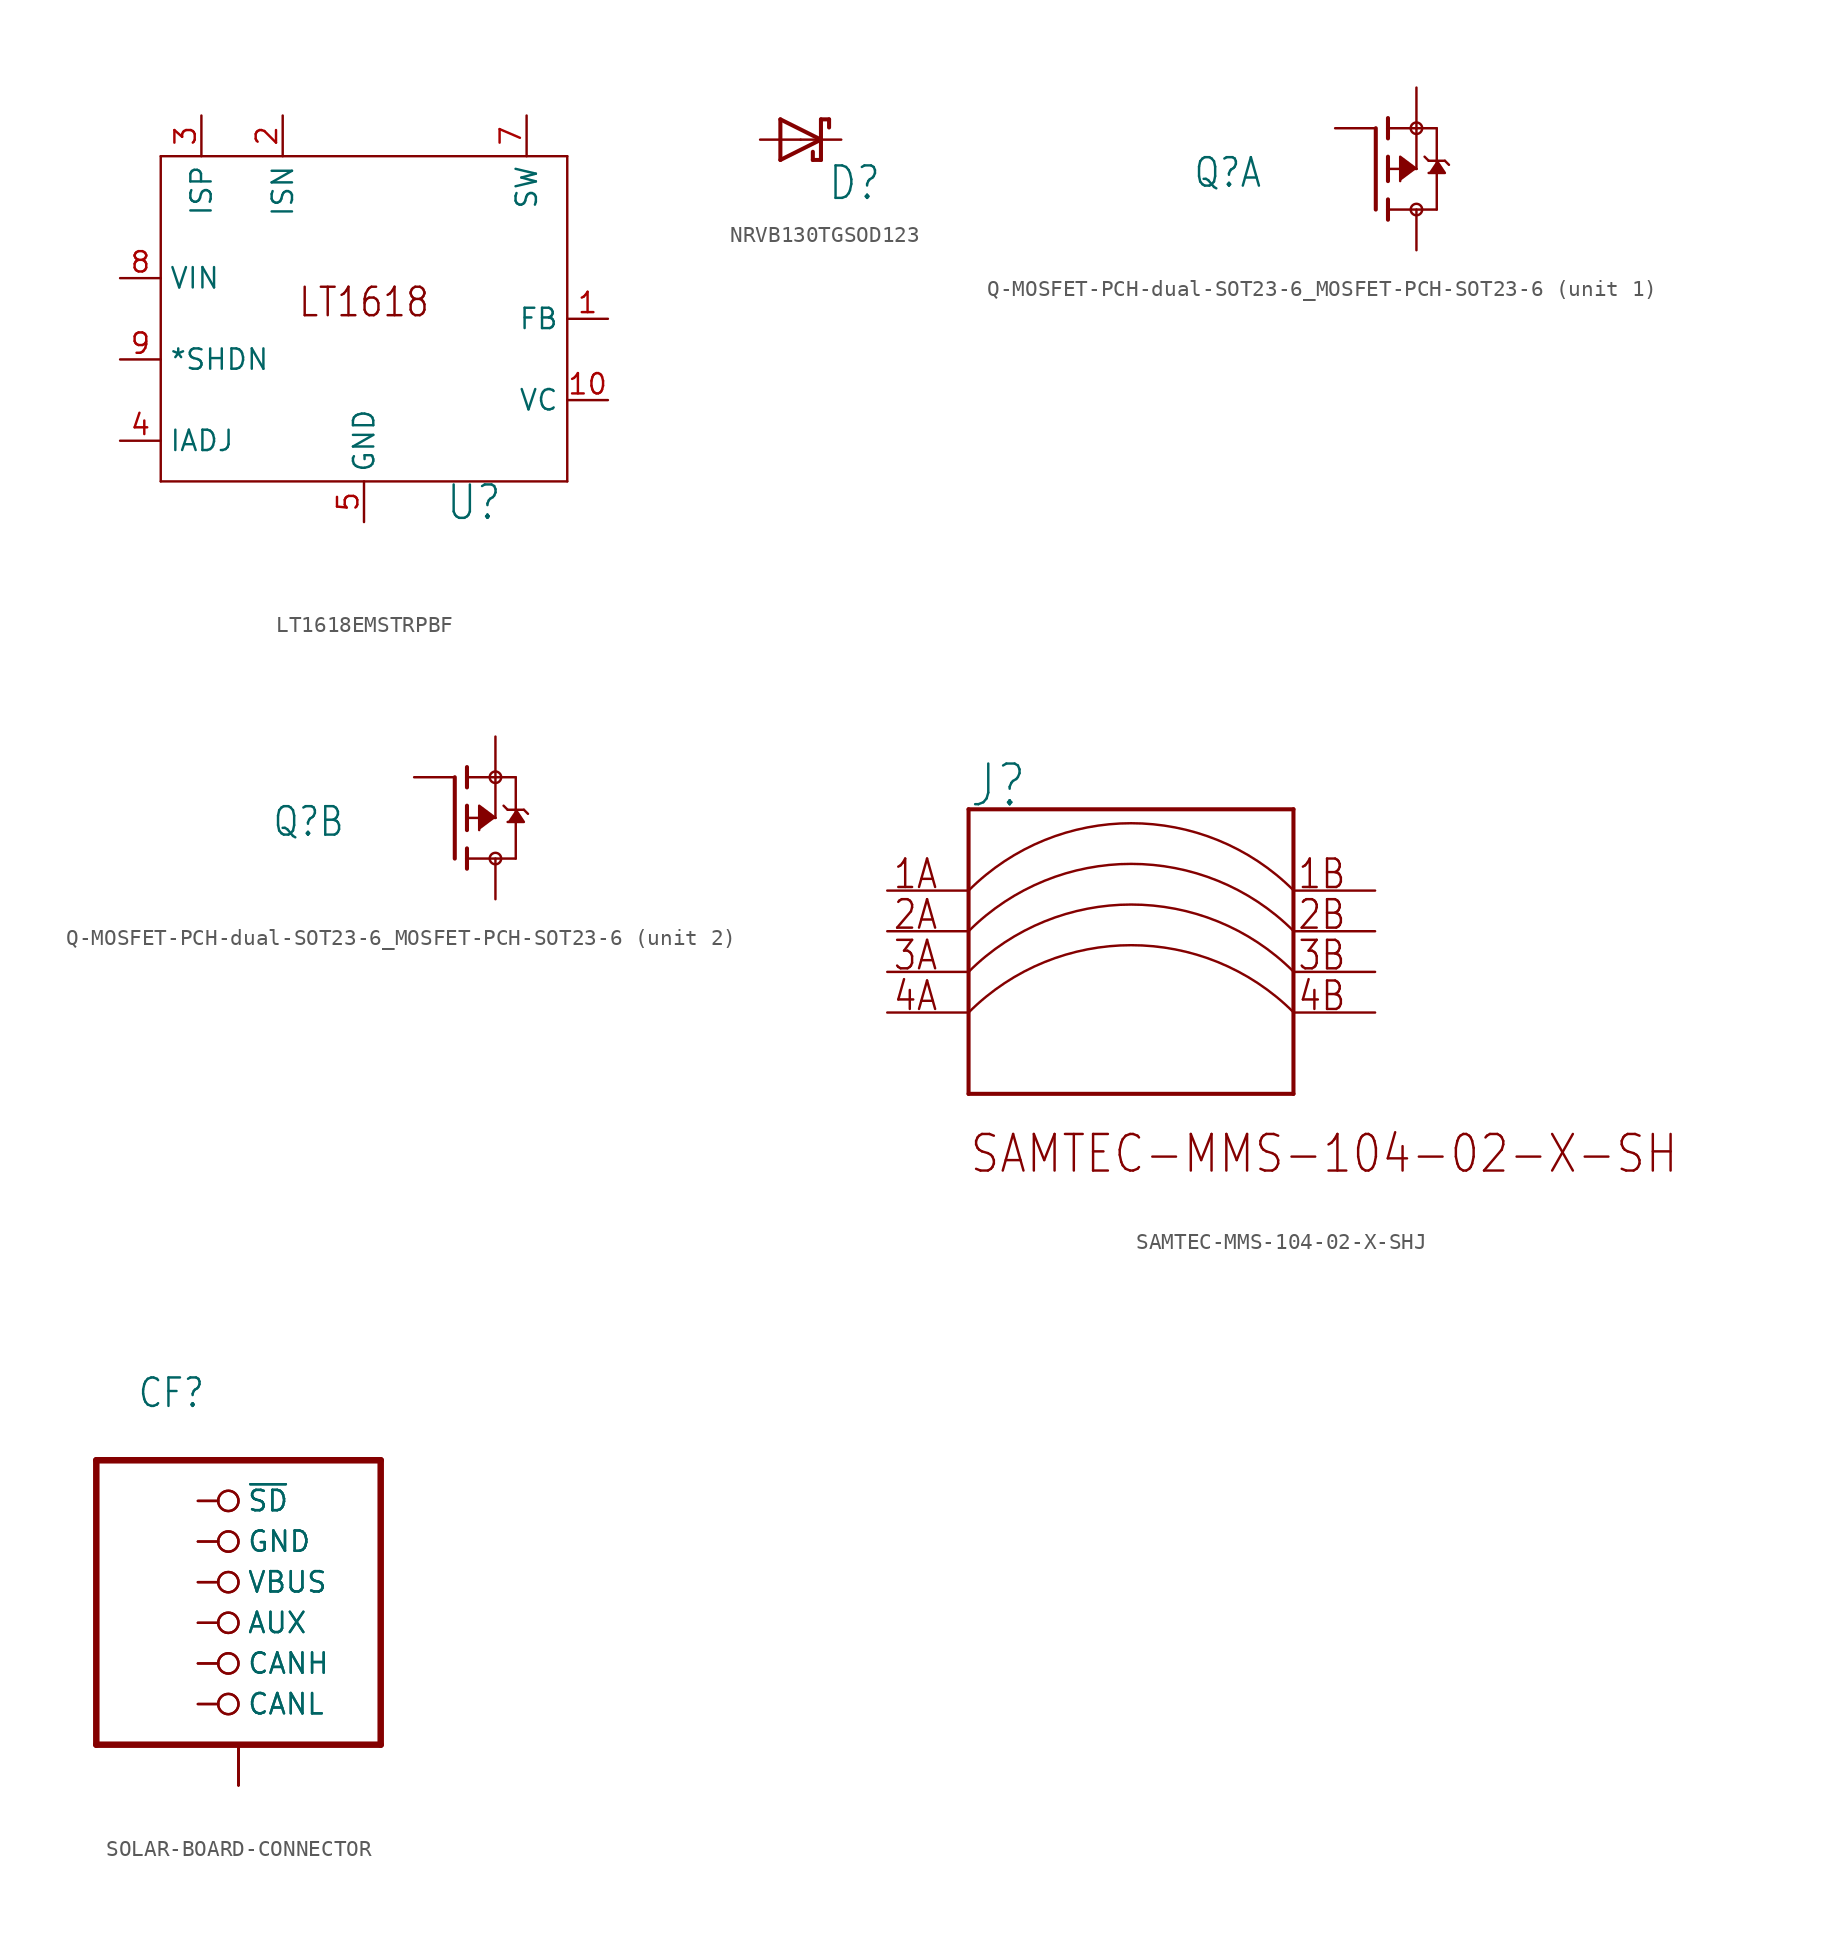
<source format=kicad_sym>
(kicad_symbol_lib
  (version 20220914)
  (generator kicad_symbol_editor)
  (symbol "LT1618EMSTRPBF"
    (property "Reference" "U"
      (at 5.08 -12.7 0)
      (effects (font (size 2.086 1.773)) (justify left bottom)))
    (property "Value" ""
      (at 5.08 -15.24 0)
      (effects (font (size 2.086 1.773)) (justify left bottom)))
    (property "ki_locked" ""
      (at 0 0 0)
      (effects (font (size 1.27 1.27))))
    (symbol "LT1618EMSTRPBF_1_0"
      (polyline (pts (xy -12.7 -10.16) (xy 12.7 -10.16)) (stroke (width 0.152) (type solid)) (fill (type none)))
      (polyline (pts (xy -12.7 10.16) (xy -12.7 -10.16)) (stroke (width 0.152) (type solid)) (fill (type none)))
      (polyline (pts (xy 12.7 -10.16) (xy 12.7 10.16)) (stroke (width 0.152) (type solid)) (fill (type none)))
      (polyline (pts (xy 12.7 10.16) (xy -12.7 10.16)) (stroke (width 0.152) (type solid)) (fill (type none)))
      (text "LT1618" (at 0 0 0) (effects (font (size 1.778 1.511)) (justify bottom)))
      (pin input line (at 15.24 0 180) (length 2.54) (name "FB" (effects (font (size 1.27 1.27)))) (number "1" (effects (font (size 1.27 1.27)))))
      (pin passive line (at 15.24 -5.08 180) (length 2.54) (name "VC" (effects (font (size 1.27 1.27)))) (number "10" (effects (font (size 1.27 1.27)))))
      (pin passive line (at -5.08 12.7 270) (length 2.54) (name "ISN" (effects (font (size 1.27 1.27)))) (number "2" (effects (font (size 1.27 1.27)))))
      (pin passive line (at -10.16 12.7 270) (length 2.54) (name "ISP" (effects (font (size 1.27 1.27)))) (number "3" (effects (font (size 1.27 1.27)))))
      (pin input line (at -15.24 -7.62 0) (length 2.54) (name "IADJ" (effects (font (size 1.27 1.27)))) (number "4" (effects (font (size 1.27 1.27)))))
      (pin power_in line (at 0 -12.7 90) (length 2.54) (name "GND" (effects (font (size 1.27 1.27)))) (number "5" (effects (font (size 1.27 1.27)))))
      (pin output line (at 10.16 12.7 270) (length 2.54) (name "SW" (effects (font (size 1.27 1.27)))) (number "7" (effects (font (size 1.27 1.27)))))
      (pin power_in line (at -15.24 2.54 0) (length 2.54) (name "VIN" (effects (font (size 1.27 1.27)))) (number "8" (effects (font (size 1.27 1.27)))))
      (pin input line (at -15.24 -2.54 0) (length 2.54) (name "*SHDN" (effects (font (size 1.27 1.27)))) (number "9" (effects (font (size 1.27 1.27)))))))
  (symbol "NRVB130TGSOD123"
    (property "Reference" "D"
      (at 5.08 -1.524 0)
      (effects (font (size 2.032 1.727)) (justify right top)))
    (property "Value" ""
      (at 5.842 3.81 0)
      (effects (font (size 2.032 1.727)) (justify right top)))
    (property "ki_locked" ""
      (at 0 0 0)
      (effects (font (size 1.27 1.27))))
    (symbol "NRVB130TGSOD123_1_0"
      (polyline (pts (xy -1.27 -1.27) (xy -1.27 1.27)) (stroke (width 0.254) (type solid)) (fill (type none)))
      (polyline (pts (xy -1.27 1.27) (xy 1.27 0)) (stroke (width 0.254) (type solid)) (fill (type none)))
      (polyline (pts (xy 0.762 -1.27) (xy 0.762 -0.762)) (stroke (width 0.254) (type solid)) (fill (type none)))
      (polyline (pts (xy 1.27 -1.27) (xy 0.762 -1.27)) (stroke (width 0.254) (type solid)) (fill (type none)))
      (polyline (pts (xy 1.27 0) (xy -1.27 -1.27)) (stroke (width 0.254) (type solid)) (fill (type none)))
      (polyline (pts (xy 1.27 0) (xy 1.27 -1.27)) (stroke (width 0.254) (type solid)) (fill (type none)))
      (polyline (pts (xy 1.27 1.27) (xy 1.27 0)) (stroke (width 0.254) (type solid)) (fill (type none)))
      (polyline (pts (xy 1.27 1.27) (xy 1.778 1.27)) (stroke (width 0.254) (type solid)) (fill (type none)))
      (polyline (pts (xy 1.778 1.27) (xy 1.778 0.762)) (stroke (width 0.254) (type solid)) (fill (type none)))
      (pin passive line (at -2.54 0 0) (length 2.54) (name "ANODE" (effects (font (size 0 0)))) (number "A" (effects (font (size 0 0)))))
      (pin passive line (at 2.54 0 180) (length 2.54) (name "CATHODE" (effects (font (size 0 0)))) (number "K" (effects (font (size 0 0)))))))
  (symbol "Q-MOSFET-PCH-dual-SOT23-6_MOSFET-PCH-SOT23-6"
    (property "Reference" "Q"
      (at -11.43 -1.27 0)
      (effects (font (size 1.778 1.511)) (justify left bottom)))
    (property "Value" ""
      (at -11.43 -3.81 0)
      (effects (font (size 1.778 1.511)) (justify left bottom)))
    (property "ki_locked" ""
      (at 0 0 0)
      (effects (font (size 1.27 1.27))))
    (symbol "Q-MOSFET-PCH-dual-SOT23-6_MOSFET-PCH-SOT23-6_1_0"
      (polyline (pts (xy 0 -2.54) (xy 0 2.54)) (stroke (width 0.254) (type solid)) (fill (type none)))
      (polyline (pts (xy 0.762 -3.175) (xy 0.762 -2.54)) (stroke (width 0.254) (type solid)) (fill (type none)))
      (polyline (pts (xy 0.762 -2.54) (xy 0.762 -1.905)) (stroke (width 0.254) (type solid)) (fill (type none)))
      (polyline (pts (xy 0.762 -2.54) (xy 3.81 -2.54)) (stroke (width 0.152) (type solid)) (fill (type none)))
      (polyline (pts (xy 0.762 -0.762) (xy 0.762 0)) (stroke (width 0.254) (type solid)) (fill (type none)))
      (polyline (pts (xy 0.762 0) (xy 0.762 0.762)) (stroke (width 0.254) (type solid)) (fill (type none)))
      (polyline (pts (xy 0.762 0) (xy 2.54 0)) (stroke (width 0.152) (type solid)) (fill (type none)))
      (polyline (pts (xy 0.762 1.905) (xy 0.762 2.54)) (stroke (width 0.254) (type solid)) (fill (type none)))
      (polyline (pts (xy 0.762 2.54) (xy 0.762 3.175)) (stroke (width 0.254) (type solid)) (fill (type none)))
      (polyline (pts (xy 2.54 0) (xy 2.54 2.54)) (stroke (width 0.152) (type solid)) (fill (type none)))
      (polyline (pts (xy 2.54 2.54) (xy 0.762 2.54)) (stroke (width 0.152) (type solid)) (fill (type none)))
      (polyline (pts (xy 2.54 2.54) (xy 3.81 2.54)) (stroke (width 0.152) (type solid)) (fill (type none)))
      (polyline (pts (xy 3.048 0.762) (xy 3.302 0.508)) (stroke (width 0.152) (type solid)) (fill (type none)))
      (polyline (pts (xy 3.302 0.508) (xy 3.81 0.508)) (stroke (width 0.152) (type solid)) (fill (type none)))
      (polyline (pts (xy 3.81 -2.54) (xy 3.81 0.508)) (stroke (width 0.152) (type solid)) (fill (type none)))
      (polyline (pts (xy 3.81 0.508) (xy 3.81 2.54)) (stroke (width 0.152) (type solid)) (fill (type none)))
      (polyline (pts (xy 3.81 0.508) (xy 4.318 0.508)) (stroke (width 0.152) (type solid)) (fill (type none)))
      (polyline (pts (xy 4.318 0.508) (xy 4.572 0.254)) (stroke (width 0.152) (type solid)) (fill (type none)))
      (polyline (pts (xy 2.54 0) (xy 1.524 0.762) (xy 1.524 -0.762)) (stroke (width 0.152) (type solid)) (fill (type outline)))
      (polyline (pts (xy 3.81 0.508) (xy 4.318 -0.254) (xy 3.302 -0.254)) (stroke (width 0.152) (type solid)) (fill (type outline)))
      (circle (center 2.54 -2.54) (radius 0.359) (stroke (width 0) (type solid)) (fill (type none)))
      (circle (center 2.54 2.54) (radius 0.359) (stroke (width 0) (type solid)) (fill (type none)))
      (pin passive line (at -2.54 2.54 0) (length 2.54) (name "G" (effects (font (size 0 0)))) (number "1" (effects (font (size 0 0)))))
      (pin passive line (at 2.54 5.08 270) (length 2.54) (name "S" (effects (font (size 0 0)))) (number "5" (effects (font (size 0 0)))))
      (pin passive line (at 2.54 -5.08 90) (length 2.54) (name "D" (effects (font (size 0 0)))) (number "6" (effects (font (size 0 0))))))
    (symbol "Q-MOSFET-PCH-dual-SOT23-6_MOSFET-PCH-SOT23-6_2_0"
      (polyline (pts (xy 0 -2.54) (xy 0 2.54)) (stroke (width 0.254) (type solid)) (fill (type none)))
      (polyline (pts (xy 0.762 -3.175) (xy 0.762 -2.54)) (stroke (width 0.254) (type solid)) (fill (type none)))
      (polyline (pts (xy 0.762 -2.54) (xy 0.762 -1.905)) (stroke (width 0.254) (type solid)) (fill (type none)))
      (polyline (pts (xy 0.762 -2.54) (xy 3.81 -2.54)) (stroke (width 0.152) (type solid)) (fill (type none)))
      (polyline (pts (xy 0.762 -0.762) (xy 0.762 0)) (stroke (width 0.254) (type solid)) (fill (type none)))
      (polyline (pts (xy 0.762 0) (xy 0.762 0.762)) (stroke (width 0.254) (type solid)) (fill (type none)))
      (polyline (pts (xy 0.762 0) (xy 2.54 0)) (stroke (width 0.152) (type solid)) (fill (type none)))
      (polyline (pts (xy 0.762 1.905) (xy 0.762 2.54)) (stroke (width 0.254) (type solid)) (fill (type none)))
      (polyline (pts (xy 0.762 2.54) (xy 0.762 3.175)) (stroke (width 0.254) (type solid)) (fill (type none)))
      (polyline (pts (xy 2.54 0) (xy 2.54 2.54)) (stroke (width 0.152) (type solid)) (fill (type none)))
      (polyline (pts (xy 2.54 2.54) (xy 0.762 2.54)) (stroke (width 0.152) (type solid)) (fill (type none)))
      (polyline (pts (xy 2.54 2.54) (xy 3.81 2.54)) (stroke (width 0.152) (type solid)) (fill (type none)))
      (polyline (pts (xy 3.048 0.762) (xy 3.302 0.508)) (stroke (width 0.152) (type solid)) (fill (type none)))
      (polyline (pts (xy 3.302 0.508) (xy 3.81 0.508)) (stroke (width 0.152) (type solid)) (fill (type none)))
      (polyline (pts (xy 3.81 -2.54) (xy 3.81 0.508)) (stroke (width 0.152) (type solid)) (fill (type none)))
      (polyline (pts (xy 3.81 0.508) (xy 3.81 2.54)) (stroke (width 0.152) (type solid)) (fill (type none)))
      (polyline (pts (xy 3.81 0.508) (xy 4.318 0.508)) (stroke (width 0.152) (type solid)) (fill (type none)))
      (polyline (pts (xy 4.318 0.508) (xy 4.572 0.254)) (stroke (width 0.152) (type solid)) (fill (type none)))
      (polyline (pts (xy 2.54 0) (xy 1.524 0.762) (xy 1.524 -0.762)) (stroke (width 0.152) (type solid)) (fill (type outline)))
      (polyline (pts (xy 3.81 0.508) (xy 4.318 -0.254) (xy 3.302 -0.254)) (stroke (width 0.152) (type solid)) (fill (type outline)))
      (circle (center 2.54 -2.54) (radius 0.359) (stroke (width 0) (type solid)) (fill (type none)))
      (circle (center 2.54 2.54) (radius 0.359) (stroke (width 0) (type solid)) (fill (type none)))
      (pin passive line (at 2.54 5.08 270) (length 2.54) (name "S" (effects (font (size 0 0)))) (number "2" (effects (font (size 0 0)))))
      (pin passive line (at -2.54 2.54 0) (length 2.54) (name "G" (effects (font (size 0 0)))) (number "3" (effects (font (size 0 0)))))
      (pin passive line (at 2.54 -5.08 90) (length 2.54) (name "D" (effects (font (size 0 0)))) (number "4" (effects (font (size 0 0)))))))
  (symbol "SAMTEC-MMS-104-02-X-SHJ"
    (property "Reference" "J"
      (at 0 5.08 0)
      (effects (font (size 2.54 2.159)) (justify left bottom)))
    (property "Value" ""
      (at 0 -15.24 0)
      (effects (font (size 2.286 1.943)) (justify left bottom)))
    (property "ki_locked" ""
      (at 0 0 0)
      (effects (font (size 1.27 1.27))))
    (symbol "SAMTEC-MMS-104-02-X-SHJ_1_0"
      (polyline (pts (xy 0 -12.7) (xy 0 5.08)) (stroke (width 0.254) (type solid)) (fill (type none)))
      (polyline (pts (xy 0 5.08) (xy 20.3 5.08)) (stroke (width 0.254) (type solid)) (fill (type none)))
      (polyline (pts (xy 20.3 -12.7) (xy 0 -12.7)) (stroke (width 0.254) (type solid)) (fill (type none)))
      (polyline (pts (xy 20.3 5.08) (xy 20.3 -12.7)) (stroke (width 0.254) (type solid)) (fill (type none)))
      (arc (start 20.32 -7.62) (mid 10.16 -3.4116) (end 0 -7.62) (stroke (width 0.1524) (type solid)) (fill (type none)))
      (arc (start 20.32 -5.08) (mid 10.16 -0.8716) (end 0 -5.08) (stroke (width 0.1524) (type solid)) (fill (type none)))
      (arc (start 20.32 -2.54) (mid 10.16 1.6684) (end 0 -2.54) (stroke (width 0.1524) (type solid)) (fill (type none)))
      (arc (start 20.32 0) (mid 10.16 4.2084) (end 0 0) (stroke (width 0.1524) (type solid)) (fill (type none)))
      (text "1A" (at -4.78 0 0) (effects (font (size 1.778 1.511)) (justify left bottom)))
      (text "1B" (at 20.5 0 0) (effects (font (size 1.778 1.511)) (justify left bottom)))
      (text "2A" (at -4.78 -2.54 0) (effects (font (size 1.778 1.511)) (justify left bottom)))
      (text "2B" (at 20.5 -2.54 0) (effects (font (size 1.778 1.511)) (justify left bottom)))
      (text "3A" (at -4.78 -5.08 0) (effects (font (size 1.778 1.511)) (justify left bottom)))
      (text "3B" (at 20.5 -5.08 0) (effects (font (size 1.778 1.511)) (justify left bottom)))
      (text "4A" (at -4.78 -7.62 0) (effects (font (size 1.778 1.511)) (justify left bottom)))
      (text "4B" (at 20.5 -7.62 0) (effects (font (size 1.778 1.511)) (justify left bottom)))
      (text "SAMTEC-MMS-104-02-X-SH" (at 0 -17.78 0) (effects (font (size 2.286 1.943)) (justify left bottom)))
      (pin passive line (at -5.08 0 0) (length 5.08) (name "1A" (effects (font (size 0 0)))) (number "1A" (effects (font (size 0 0)))))
      (pin passive line (at 25.4 0 180) (length 5.08) (name "1B" (effects (font (size 0 0)))) (number "1B" (effects (font (size 0 0)))))
      (pin passive line (at -5.08 -2.54 0) (length 5.08) (name "2A" (effects (font (size 0 0)))) (number "2A" (effects (font (size 0 0)))))
      (pin passive line (at 25.4 -2.54 180) (length 5.08) (name "2B" (effects (font (size 0 0)))) (number "2B" (effects (font (size 0 0)))))
      (pin passive line (at -5.08 -5.08 0) (length 5.08) (name "3A" (effects (font (size 0 0)))) (number "3A" (effects (font (size 0 0)))))
      (pin passive line (at 25.4 -5.08 180) (length 5.08) (name "3B" (effects (font (size 0 0)))) (number "3B" (effects (font (size 0 0)))))
      (pin passive line (at -5.08 -7.62 0) (length 5.08) (name "4A" (effects (font (size 0 0)))) (number "4A" (effects (font (size 0 0)))))
      (pin passive line (at 25.4 -7.62 180) (length 5.08) (name "4B" (effects (font (size 0 0)))) (number "4B" (effects (font (size 0 0)))))))
  (symbol "SOLAR-BOARD-CONNECTOR"
    (property "Reference" "CF"
      (at -6.35 10.795 0)
      (effects (font (size 1.778 1.511)) (justify left bottom)))
    (property "Value" ""
      (at -6.35 8.89 0)
      (effects (font (size 1.778 1.511)) (justify left bottom)))
    (property "ki_locked" ""
      (at 0 0 0)
      (effects (font (size 1.27 1.27))))
    (symbol "SOLAR-BOARD-CONNECTOR_1_0"
      (polyline (pts (xy -8.89 -10.16) (xy 8.89 -10.16)) (stroke (width 0.406) (type solid)) (fill (type none)))
      (polyline (pts (xy -8.89 7.62) (xy -8.89 -10.16)) (stroke (width 0.406) (type solid)) (fill (type none)))
      (polyline (pts (xy 8.89 -10.16) (xy 8.89 7.62)) (stroke (width 0.406) (type solid)) (fill (type none)))
      (polyline (pts (xy 8.89 7.62) (xy -8.89 7.62)) (stroke (width 0.406) (type solid)) (fill (type none)))
      (pin passive inverted (at -2.54 5.08 0) (length 2.54) (name "~{SD}" (effects (font (size 1.27 1.27)))) (number "1" (effects (font (size 0 0)))))
      (pin passive inverted (at -2.54 -5.08 0) (length 2.54) (name "CANH" (effects (font (size 1.27 1.27)))) (number "10" (effects (font (size 0 0)))))
      (pin passive inverted (at -2.54 -7.62 0) (length 2.54) (name "CANL" (effects (font (size 1.27 1.27)))) (number "11" (effects (font (size 0 0)))))
      (pin passive inverted (at -2.54 -7.62 0) (length 2.54) (name "CANL" (effects (font (size 1.27 1.27)))) (number "12" (effects (font (size 0 0)))))
      (pin passive inverted (at -2.54 5.08 0) (length 2.54) (name "~{SD}" (effects (font (size 1.27 1.27)))) (number "2" (effects (font (size 0 0)))))
      (pin passive inverted (at -2.54 2.54 0) (length 2.54) (name "GND" (effects (font (size 1.27 1.27)))) (number "3" (effects (font (size 0 0)))))
      (pin passive inverted (at -2.54 2.54 0) (length 2.54) (name "GND" (effects (font (size 1.27 1.27)))) (number "4" (effects (font (size 0 0)))))
      (pin passive inverted (at -2.54 0 0) (length 2.54) (name "VBUS" (effects (font (size 1.27 1.27)))) (number "5" (effects (font (size 0 0)))))
      (pin passive inverted (at -2.54 0 0) (length 2.54) (name "VBUS" (effects (font (size 1.27 1.27)))) (number "6" (effects (font (size 0 0)))))
      (pin passive inverted (at -2.54 -2.54 0) (length 2.54) (name "AUX" (effects (font (size 1.27 1.27)))) (number "7" (effects (font (size 0 0)))))
      (pin passive inverted (at -2.54 -2.54 0) (length 2.54) (name "AUX" (effects (font (size 1.27 1.27)))) (number "8" (effects (font (size 0 0)))))
      (pin passive inverted (at -2.54 -5.08 0) (length 2.54) (name "CANH" (effects (font (size 1.27 1.27)))) (number "9" (effects (font (size 0 0)))))
      (pin passive line (at 0 -12.7 90) (length 2.54) (name "SHIELD" (effects (font (size 0 0)))) (number "P$1" (effects (font (size 0 0)))))
      (pin passive line (at 0 -12.7 90) (length 2.54) (name "SHIELD" (effects (font (size 0 0)))) (number "P$2" (effects (font (size 0 0)))))
      (pin passive line (at 0 -12.7 90) (length 2.54) (name "SHIELD" (effects (font (size 0 0)))) (number "P$3" (effects (font (size 0 0)))))
      (pin passive line (at 0 -12.7 90) (length 2.54) (name "SHIELD" (effects (font (size 0 0)))) (number "P$4" (effects (font (size 0 0))))))))
</source>
